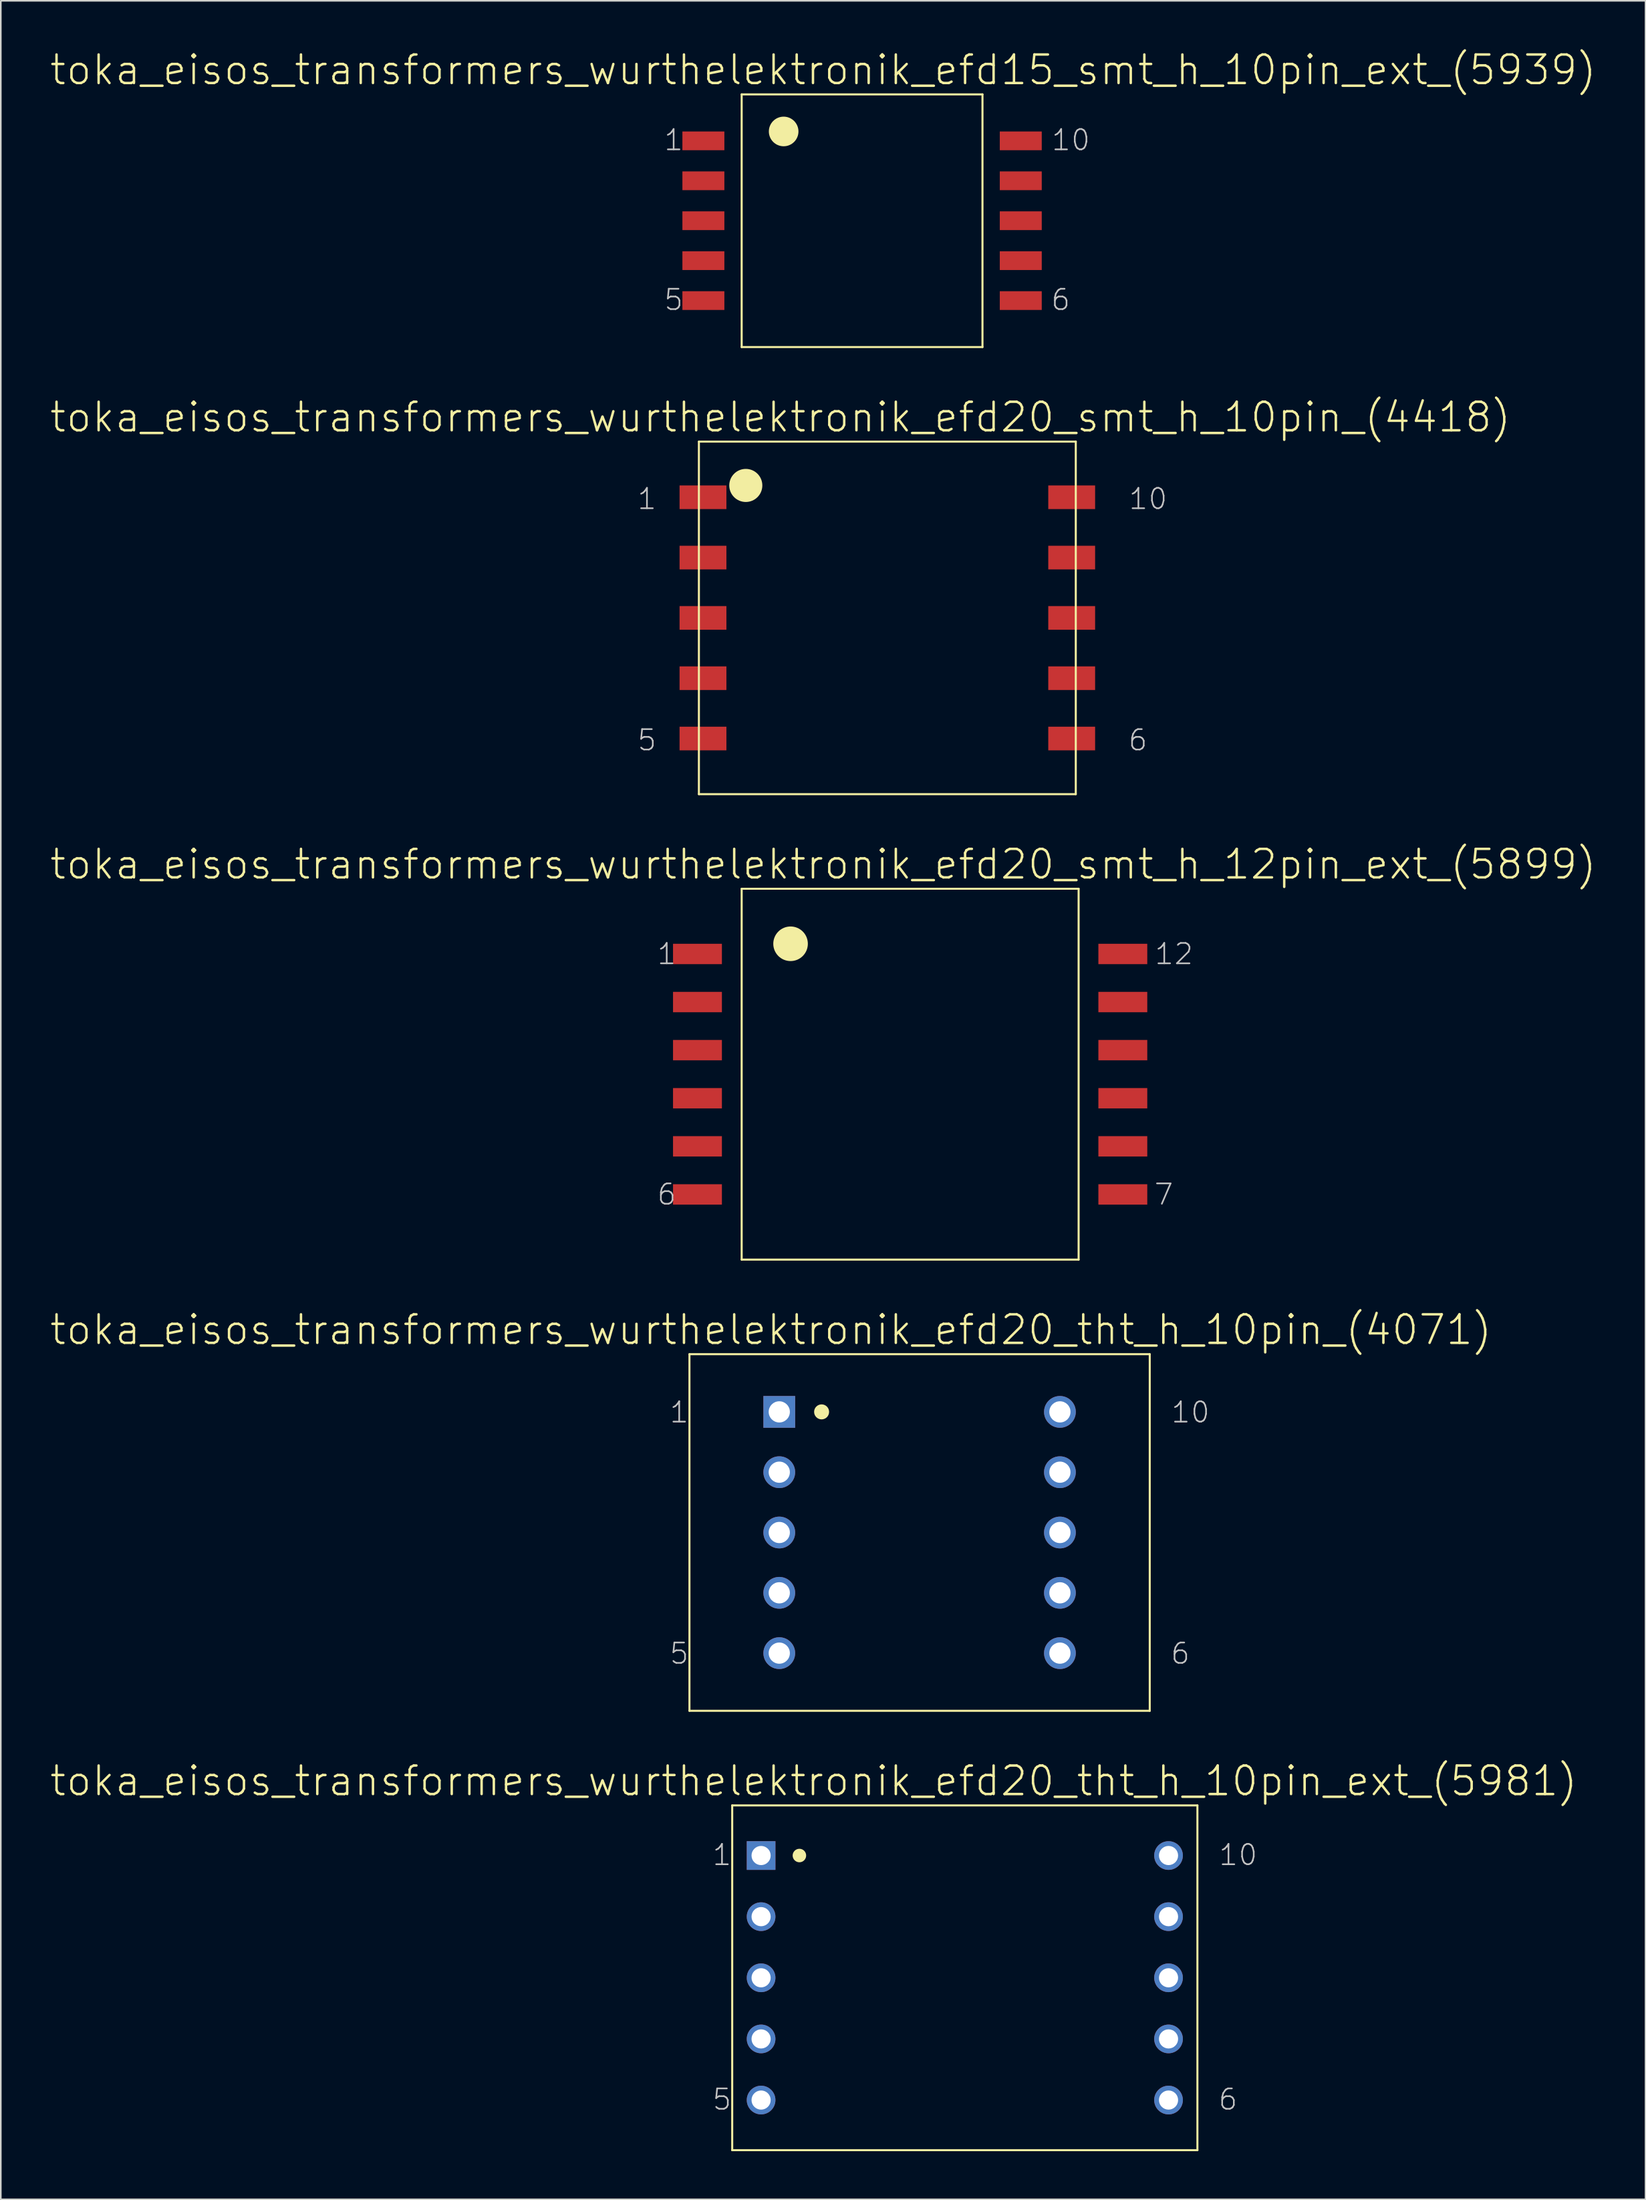
<source format=kicad_pcb>
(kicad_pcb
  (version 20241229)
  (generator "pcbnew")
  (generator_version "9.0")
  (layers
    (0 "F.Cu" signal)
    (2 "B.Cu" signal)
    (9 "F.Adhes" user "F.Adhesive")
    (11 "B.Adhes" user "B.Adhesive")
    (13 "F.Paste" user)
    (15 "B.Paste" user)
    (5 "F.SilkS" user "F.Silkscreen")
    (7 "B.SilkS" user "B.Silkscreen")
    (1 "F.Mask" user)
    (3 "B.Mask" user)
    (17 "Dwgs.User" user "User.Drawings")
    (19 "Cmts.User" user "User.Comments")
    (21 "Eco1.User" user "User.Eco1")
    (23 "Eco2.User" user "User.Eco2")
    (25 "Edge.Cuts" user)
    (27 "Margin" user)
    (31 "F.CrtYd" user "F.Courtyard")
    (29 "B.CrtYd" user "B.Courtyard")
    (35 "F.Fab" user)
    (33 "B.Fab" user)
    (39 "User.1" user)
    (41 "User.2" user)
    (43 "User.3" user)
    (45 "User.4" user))
  (footprint "toka_eisos_transformers_wurthelektronik_efd20_tht_h_10pin_ext_(5981)"
    (layer "F.Cu")
    (at 57.099 120.214)
    (property "Reference" "toka_eisos_transformers_wurthelektronik_efd20_tht_h_10pin_ext_(5981)" (at -9.423 -12.268 0) (layer "F.SilkS") (effects (font (size 1.778 1.778) (thickness 0.152))))
    (attr exclude_from_pos_files exclude_from_bom)
    (fp_line (start -14.501 -10.744) (end -14.501 10.744) (stroke (width 0.127) (type solid)) (layer "F.SilkS"))
    (fp_line (start -14.501 -10.744) (end 14.501 -10.744) (stroke (width 0.127) (type solid)) (layer "F.SilkS"))
    (fp_line (start -14.501 10.744) (end 14.501 10.744) (stroke (width 0.127) (type solid)) (layer "F.SilkS"))
    (fp_line (start 14.501 -10.744) (end 14.501 10.744) (stroke (width 0.127) (type solid)) (layer "F.SilkS"))
    (fp_circle (center -10.312 -7.62) (end -10.61 -7.917) (stroke (width 0) (type solid)) (fill yes) (layer "F.SilkS"))
    (fp_text user "10" (at 17.043 -7.658 0) (layer "Dwgs.User") (effects (font (size 1.27 1.27) (thickness 0.102))))
    (fp_text user "1" (at -15.138 -7.658 0) (layer "Dwgs.User") (effects (font (size 1.27 1.27) (thickness 0.102))))
    (fp_text user "5" (at -15.138 7.582 0) (layer "Dwgs.User") (effects (font (size 1.27 1.27) (thickness 0.102))))
    (fp_text user "6" (at 16.408 7.582 0) (layer "Dwgs.User") (effects (font (size 1.27 1.27) (thickness 0.102))))
    (pad "1" thru_hole rect (at -12.7 -7.62) (size 1.788 1.788) (drill 1.194) (layers "*.Cu" "*.Paste" "*.Mask"))
    (pad "2" thru_hole circle (at -12.7 -3.81) (size 1.788 1.788) (drill 1.194) (layers "*.Cu" "*.Paste" "*.Mask"))
    (pad "3" thru_hole circle (at -12.7 0) (size 1.788 1.788) (drill 1.194) (layers "*.Cu" "*.Paste" "*.Mask"))
    (pad "4" thru_hole circle (at -12.7 3.81) (size 1.788 1.788) (drill 1.194) (layers "*.Cu" "*.Paste" "*.Mask"))
    (pad "5" thru_hole circle (at -12.7 7.62) (size 1.788 1.788) (drill 1.194) (layers "*.Cu" "*.Paste" "*.Mask"))
    (pad "6" thru_hole circle (at 12.7 7.62) (size 1.788 1.788) (drill 1.194) (layers "*.Cu" "*.Paste" "*.Mask"))
    (pad "7" thru_hole circle (at 12.7 3.81) (size 1.788 1.788) (drill 1.194) (layers "*.Cu" "*.Paste" "*.Mask"))
    (pad "8" thru_hole circle (at 12.7 0) (size 1.788 1.788) (drill 1.194) (layers "*.Cu" "*.Paste" "*.Mask"))
    (pad "9" thru_hole circle (at 12.7 -3.81) (size 1.788 1.788) (drill 1.194) (layers "*.Cu" "*.Paste" "*.Mask"))
    (pad "10" thru_hole circle (at 12.7 -7.62) (size 1.788 1.788) (drill 1.194) (layers "*.Cu" "*.Paste" "*.Mask")))
  (footprint "toka_eisos_transformers_wurthelektronik_efd20_smt_h_12pin_ext_(5899)"
    (layer "F.Cu")
    (at 53.691 63.898)
    (property "Reference" "toka_eisos_transformers_wurthelektronik_efd20_smt_h_12pin_ext_(5899)" (at -5.423 -13.081 0) (layer "F.SilkS") (effects (font (size 1.778 1.778) (thickness 0.152))))
    (attr smd)
    (fp_line (start -10.503 -11.557) (end -10.503 11.557) (stroke (width 0.127) (type solid)) (layer "F.SilkS"))
    (fp_line (start -10.503 -11.557) (end 10.503 -11.557) (stroke (width 0.127) (type solid)) (layer "F.SilkS"))
    (fp_line (start -10.503 11.557) (end 10.503 11.557) (stroke (width 0.127) (type solid)) (layer "F.SilkS"))
    (fp_line (start 10.503 -11.557) (end 10.503 11.557) (stroke (width 0.127) (type solid)) (layer "F.SilkS"))
    (fp_circle (center -7.455 -8.128) (end -8.217 -8.89) (stroke (width 0) (type solid)) (fill yes) (layer "F.SilkS"))
    (fp_text user "1" (at -15.177 -7.493 0) (layer "Dwgs.User") (effects (font (size 1.27 1.27) (thickness 0.102))))
    (fp_text user "7" (at 15.812 7.493 0) (layer "Dwgs.User") (effects (font (size 1.27 1.27) (thickness 0.102))))
    (fp_text user "6" (at -15.177 7.493 0) (layer "Dwgs.User") (effects (font (size 1.27 1.27) (thickness 0.102))))
    (fp_text user "12" (at 16.447 -7.493 0) (layer "Dwgs.User") (effects (font (size 1.27 1.27) (thickness 0.102))))
    (pad "1" smd rect (at -13.259 -7.493) (size 3.048 1.27) (layers "F.Cu" "F.Mask" "F.Paste"))
    (pad "2" smd rect (at -13.259 -4.496) (size 3.048 1.27) (layers "F.Cu" "F.Mask" "F.Paste"))
    (pad "3" smd rect (at -13.259 -1.499) (size 3.048 1.27) (layers "F.Cu" "F.Mask" "F.Paste"))
    (pad "4" smd rect (at -13.259 1.499) (size 3.048 1.27) (layers "F.Cu" "F.Mask" "F.Paste"))
    (pad "5" smd rect (at -13.259 4.496) (size 3.048 1.27) (layers "F.Cu" "F.Mask" "F.Paste"))
    (pad "6" smd rect (at -13.259 7.493) (size 3.048 1.27) (layers "F.Cu" "F.Mask" "F.Paste"))
    (pad "7" smd rect (at 13.259 7.493) (size 3.048 1.27) (layers "F.Cu" "F.Mask" "F.Paste"))
    (pad "8" smd rect (at 13.259 4.496) (size 3.048 1.27) (layers "F.Cu" "F.Mask" "F.Paste"))
    (pad "9" smd rect (at 13.259 1.499) (size 3.048 1.27) (layers "F.Cu" "F.Mask" "F.Paste"))
    (pad "10" smd rect (at 13.259 -1.499) (size 3.048 1.27) (layers "F.Cu" "F.Mask" "F.Paste"))
    (pad "11" smd rect (at 13.259 -4.496) (size 3.048 1.27) (layers "F.Cu" "F.Mask" "F.Paste"))
    (pad "12" smd rect (at 13.259 -7.493) (size 3.048 1.27) (layers "F.Cu" "F.Mask" "F.Paste")))
  (footprint "toka_eisos_transformers_wurthelektronik_efd15_smt_h_10pin_ext_(5939)"
    (layer "F.Cu")
    (at 50.694 10.706)
    (property "Reference" "toka_eisos_transformers_wurthelektronik_efd15_smt_h_10pin_ext_(5939)" (at -2.426 -9.398 0) (layer "F.SilkS") (effects (font (size 1.778 1.778) (thickness 0.152))))
    (attr smd)
    (fp_line (start -7.506 -7.874) (end -7.506 7.874) (stroke (width 0.127) (type solid)) (layer "F.SilkS"))
    (fp_line (start -7.506 -7.874) (end 7.506 -7.874) (stroke (width 0.127) (type solid)) (layer "F.SilkS"))
    (fp_line (start -7.506 7.874) (end 7.506 7.874) (stroke (width 0.127) (type solid)) (layer "F.SilkS"))
    (fp_line (start 7.506 -7.874) (end 7.506 7.874) (stroke (width 0.127) (type solid)) (layer "F.SilkS"))
    (fp_circle (center -4.889 -5.563) (end -5.542 -6.215) (stroke (width 0) (type solid)) (fill yes) (layer "F.SilkS"))
    (fp_text user "1" (at -11.748 -5.029 0) (layer "Dwgs.User") (effects (font (size 1.27 1.27) (thickness 0.102))))
    (fp_text user "5" (at -11.748 4.928 0) (layer "Dwgs.User") (effects (font (size 1.27 1.27) (thickness 0.102))))
    (fp_text user "6" (at 12.383 4.928 0) (layer "Dwgs.User") (effects (font (size 1.27 1.27) (thickness 0.102))))
    (fp_text user "10" (at 13.018 -5.029 0) (layer "Dwgs.User") (effects (font (size 1.27 1.27) (thickness 0.102))))
    (pad "1" smd rect (at -9.893 -4.978) (size 2.616 1.168) (layers "F.Cu" "F.Mask" "F.Paste"))
    (pad "2" smd rect (at -9.893 -2.489) (size 2.616 1.168) (layers "F.Cu" "F.Mask" "F.Paste"))
    (pad "3" smd rect (at -9.893 0) (size 2.616 1.168) (layers "F.Cu" "F.Mask" "F.Paste"))
    (pad "4" smd rect (at -9.893 2.489) (size 2.616 1.168) (layers "F.Cu" "F.Mask" "F.Paste"))
    (pad "5" smd rect (at -9.893 4.978) (size 2.616 1.168) (layers "F.Cu" "F.Mask" "F.Paste"))
    (pad "6" smd rect (at 9.893 4.978) (size 2.616 1.168) (layers "F.Cu" "F.Mask" "F.Paste"))
    (pad "7" smd rect (at 9.893 2.489) (size 2.616 1.168) (layers "F.Cu" "F.Mask" "F.Paste"))
    (pad "8" smd rect (at 9.893 0) (size 2.616 1.168) (layers "F.Cu" "F.Mask" "F.Paste"))
    (pad "9" smd rect (at 9.893 -2.489) (size 2.616 1.168) (layers "F.Cu" "F.Mask" "F.Paste"))
    (pad "10" smd rect (at 9.893 -4.978) (size 2.616 1.168) (layers "F.Cu" "F.Mask" "F.Paste")))
  (footprint "toka_eisos_transformers_wurthelektronik_efd20_tht_h_10pin_(4071)"
    (layer "F.Cu")
    (at 54.28 92.462)
    (property "Reference" "toka_eisos_transformers_wurthelektronik_efd20_tht_h_10pin_(4071)" (at -9.271 -12.636 0) (layer "F.SilkS") (effects (font (size 1.778 1.778) (thickness 0.152))))
    (attr exclude_from_pos_files exclude_from_bom)
    (fp_line (start -14.348 -11.113) (end -14.348 11.113) (stroke (width 0.127) (type solid)) (layer "F.SilkS"))
    (fp_line (start -14.348 -11.113) (end 14.348 -11.113) (stroke (width 0.127) (type solid)) (layer "F.SilkS"))
    (fp_line (start -14.348 11.113) (end 14.348 11.113) (stroke (width 0.127) (type solid)) (layer "F.SilkS"))
    (fp_line (start 14.348 -11.113) (end 14.348 11.113) (stroke (width 0.127) (type solid)) (layer "F.SilkS"))
    (fp_circle (center -6.109 -7.518) (end -6.439 -7.849) (stroke (width 0) (type solid)) (fill yes) (layer "F.SilkS"))
    (fp_text user "10" (at 16.891 -7.493 0) (layer "Dwgs.User") (effects (font (size 1.27 1.27) (thickness 0.102))))
    (fp_text user "6" (at 16.256 7.544 0) (layer "Dwgs.User") (effects (font (size 1.27 1.27) (thickness 0.102))))
    (fp_text user "1" (at -14.986 -7.493 0) (layer "Dwgs.User") (effects (font (size 1.27 1.27) (thickness 0.102))))
    (fp_text user "5" (at -14.986 7.544 0) (layer "Dwgs.User") (effects (font (size 1.27 1.27) (thickness 0.102))))
    (pad "1" thru_hole rect (at -8.748 -7.518) (size 1.981 1.981) (drill 1.321) (layers "*.Cu" "*.Paste" "*.Mask"))
    (pad "2" thru_hole circle (at -8.748 -3.759) (size 1.981 1.981) (drill 1.321) (layers "*.Cu" "*.Paste" "*.Mask"))
    (pad "3" thru_hole circle (at -8.748 0) (size 1.981 1.981) (drill 1.321) (layers "*.Cu" "*.Paste" "*.Mask"))
    (pad "4" thru_hole circle (at -8.748 3.759) (size 1.981 1.981) (drill 1.321) (layers "*.Cu" "*.Paste" "*.Mask"))
    (pad "5" thru_hole circle (at -8.748 7.518) (size 1.981 1.981) (drill 1.321) (layers "*.Cu" "*.Paste" "*.Mask"))
    (pad "6" thru_hole circle (at 8.748 7.518) (size 1.981 1.981) (drill 1.321) (layers "*.Cu" "*.Paste" "*.Mask"))
    (pad "7" thru_hole circle (at 8.748 3.759) (size 1.981 1.981) (drill 1.321) (layers "*.Cu" "*.Paste" "*.Mask"))
    (pad "8" thru_hole circle (at 8.748 0) (size 1.981 1.981) (drill 1.321) (layers "*.Cu" "*.Paste" "*.Mask"))
    (pad "9" thru_hole circle (at 8.748 -3.759) (size 1.981 1.981) (drill 1.321) (layers "*.Cu" "*.Paste" "*.Mask"))
    (pad "10" thru_hole circle (at 8.748 -7.518) (size 1.981 1.981) (drill 1.321) (layers "*.Cu" "*.Paste" "*.Mask")))
  (footprint "toka_eisos_transformers_wurthelektronik_efd20_smt_h_10pin_(4418)"
    (layer "F.Cu")
    (at 52.269 35.46)
    (property "Reference" "toka_eisos_transformers_wurthelektronik_efd20_smt_h_10pin_(4418)" (at -6.668 -12.509 0) (layer "F.SilkS") (effects (font (size 1.778 1.778) (thickness 0.152))))
    (attr smd)
    (fp_line (start -11.748 -10.986) (end -11.748 10.986) (stroke (width 0.127) (type solid)) (layer "F.SilkS"))
    (fp_line (start -11.748 -10.986) (end 11.748 -10.986) (stroke (width 0.127) (type solid)) (layer "F.SilkS"))
    (fp_line (start -11.748 10.986) (end 11.748 10.986) (stroke (width 0.127) (type solid)) (layer "F.SilkS"))
    (fp_line (start 11.748 -10.986) (end 11.748 10.986) (stroke (width 0.127) (type solid)) (layer "F.SilkS"))
    (fp_circle (center -8.824 -8.255) (end -9.553 -8.984) (stroke (width 0) (type solid)) (fill yes) (layer "F.SilkS"))
    (fp_text user "1" (at -14.986 -7.417 0) (layer "Dwgs.User") (effects (font (size 1.27 1.27) (thickness 0.102))))
    (fp_text user "10" (at 16.256 -7.417 0) (layer "Dwgs.User") (effects (font (size 1.27 1.27) (thickness 0.102))))
    (fp_text user "5" (at -14.986 7.62 0) (layer "Dwgs.User") (effects (font (size 1.27 1.27) (thickness 0.102))))
    (fp_text user "6" (at 15.621 7.62 0) (layer "Dwgs.User") (effects (font (size 1.27 1.27) (thickness 0.102))))
    (pad "1" smd rect (at -11.493 -7.518) (size 2.921 1.473) (layers "F.Cu" "F.Mask" "F.Paste"))
    (pad "2" smd rect (at -11.493 -3.759) (size 2.921 1.473) (layers "F.Cu" "F.Mask" "F.Paste"))
    (pad "3" smd rect (at -11.493 0) (size 2.921 1.473) (layers "F.Cu" "F.Mask" "F.Paste"))
    (pad "4" smd rect (at -11.493 3.759) (size 2.921 1.473) (layers "F.Cu" "F.Mask" "F.Paste"))
    (pad "5" smd rect (at -11.493 7.518) (size 2.921 1.473) (layers "F.Cu" "F.Mask" "F.Paste"))
    (pad "6" smd rect (at 11.493 7.518) (size 2.921 1.473) (layers "F.Cu" "F.Mask" "F.Paste"))
    (pad "7" smd rect (at 11.493 3.759) (size 2.921 1.473) (layers "F.Cu" "F.Mask" "F.Paste"))
    (pad "8" smd rect (at 11.493 0) (size 2.921 1.473) (layers "F.Cu" "F.Mask" "F.Paste"))
    (pad "9" smd rect (at 11.493 -3.759) (size 2.921 1.473) (layers "F.Cu" "F.Mask" "F.Paste"))
    (pad "10" smd rect (at 11.493 -7.518) (size 2.921 1.473) (layers "F.Cu" "F.Mask" "F.Paste")))
  (gr_rect
    (start -3 -3)
    (end 99.537 134.022)
    (stroke (width 0.1) (type default))
    (fill no)
    (layer "Edge.Cuts")))
</source>
